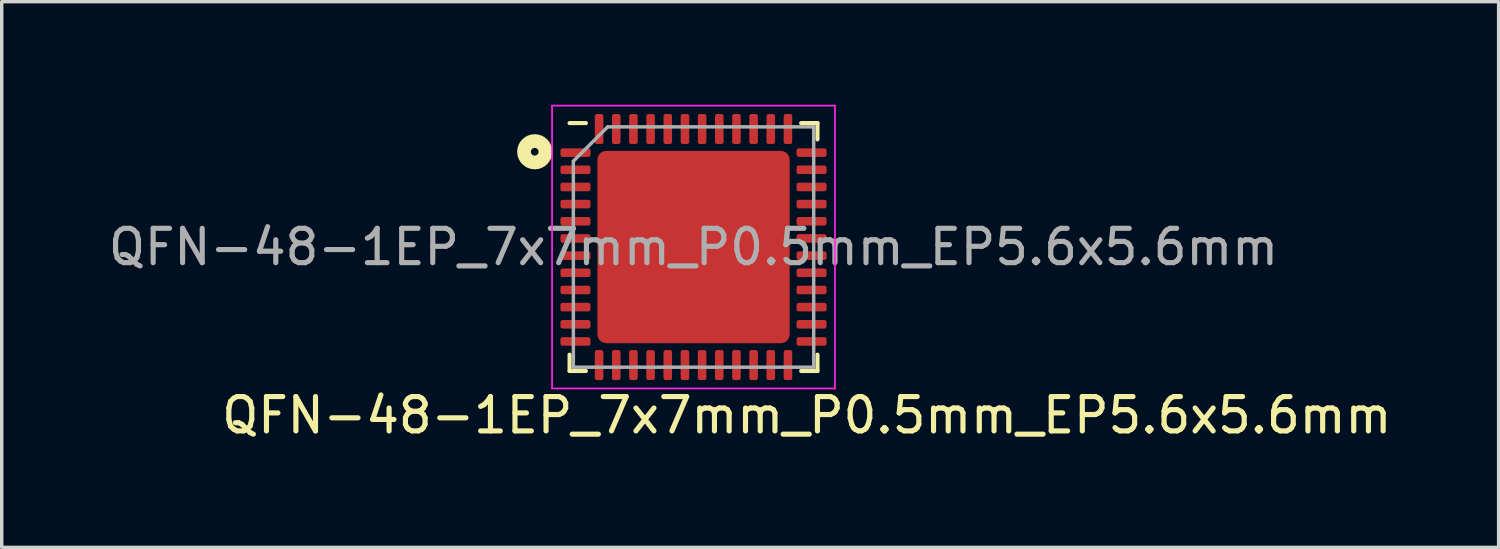
<source format=kicad_pcb>
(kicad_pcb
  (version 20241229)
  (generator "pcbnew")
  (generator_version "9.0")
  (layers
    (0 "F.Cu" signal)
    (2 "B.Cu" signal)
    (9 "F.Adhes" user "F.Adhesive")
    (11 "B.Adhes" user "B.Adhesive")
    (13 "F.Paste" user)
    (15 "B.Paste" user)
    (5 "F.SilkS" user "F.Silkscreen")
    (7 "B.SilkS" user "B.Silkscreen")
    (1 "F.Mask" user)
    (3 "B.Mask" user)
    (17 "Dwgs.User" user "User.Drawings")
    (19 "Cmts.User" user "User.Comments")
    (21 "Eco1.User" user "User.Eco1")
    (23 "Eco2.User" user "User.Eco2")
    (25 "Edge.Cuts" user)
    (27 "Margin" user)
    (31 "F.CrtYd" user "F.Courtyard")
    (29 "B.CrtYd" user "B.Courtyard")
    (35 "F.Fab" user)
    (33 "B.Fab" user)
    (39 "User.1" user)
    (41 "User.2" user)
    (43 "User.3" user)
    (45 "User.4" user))
  (footprint "QFN-48-1EP_7x7mm_P0.5mm_EP5.6x5.6mm"
    (layer "F.Cu")
    (at 17.149 4.145)
    (property "Reference" "QFN-48-1EP_7x7mm_P0.5mm_EP5.6x5.6mm" (at 3.3 4.9 0) (layer "F.SilkS") (effects (font (size 1 1) (thickness 0.15))))
    (attr smd)
    (fp_line (start -3.61 3.61) (end -3.61 3.135) (stroke (width 0.12) (type solid)) (layer "F.SilkS"))
    (fp_line (start -3.135 -3.61) (end -3.61 -3.61) (stroke (width 0.12) (type solid)) (layer "F.SilkS"))
    (fp_line (start -3.135 3.61) (end -3.61 3.61) (stroke (width 0.12) (type solid)) (layer "F.SilkS"))
    (fp_line (start 3.135 -3.61) (end 3.61 -3.61) (stroke (width 0.12) (type solid)) (layer "F.SilkS"))
    (fp_line (start 3.135 3.61) (end 3.61 3.61) (stroke (width 0.12) (type solid)) (layer "F.SilkS"))
    (fp_line (start 3.61 -3.61) (end 3.61 -3.135) (stroke (width 0.12) (type solid)) (layer "F.SilkS"))
    (fp_line (start 3.61 3.61) (end 3.61 3.135) (stroke (width 0.12) (type solid)) (layer "F.SilkS"))
    (fp_circle (center -4.625 -2.775) (end -4.513 -2.775) (stroke (width 0.4) (type solid)) (fill no) (layer "F.SilkS"))
    (fp_line (start -4.12 -4.12) (end -4.12 4.12) (stroke (width 0.05) (type solid)) (layer "F.CrtYd"))
    (fp_line (start -4.12 4.12) (end 4.12 4.12) (stroke (width 0.05) (type solid)) (layer "F.CrtYd"))
    (fp_line (start 4.12 -4.12) (end -4.12 -4.12) (stroke (width 0.05) (type solid)) (layer "F.CrtYd"))
    (fp_line (start 4.12 4.12) (end 4.12 -4.12) (stroke (width 0.05) (type solid)) (layer "F.CrtYd"))
    (fp_line (start -3.5 -2.5) (end -2.5 -3.5) (stroke (width 0.1) (type solid)) (layer "F.Fab"))
    (fp_line (start -3.5 3.5) (end -3.5 -2.5) (stroke (width 0.1) (type solid)) (layer "F.Fab"))
    (fp_line (start -2.5 -3.5) (end 3.5 -3.5) (stroke (width 0.1) (type solid)) (layer "F.Fab"))
    (fp_line (start 3.5 -3.5) (end 3.5 3.5) (stroke (width 0.1) (type solid)) (layer "F.Fab"))
    (fp_line (start 3.5 3.5) (end -3.5 3.5) (stroke (width 0.1) (type solid)) (layer "F.Fab"))
    (fp_text user "${REFERENCE}" (at 0 0 0) (layer "F.Fab") (effects (font (size 1 1) (thickness 0.15))))
    (pad "" smd roundrect (at -2.1 -2.1) (size 1.13 1.13) (layers "F.Paste") (roundrect_rratio 0.221))
    (pad "" smd roundrect (at -2.1 -0.7) (size 1.13 1.13) (layers "F.Paste") (roundrect_rratio 0.221))
    (pad "" smd roundrect (at -2.1 0.7) (size 1.13 1.13) (layers "F.Paste") (roundrect_rratio 0.221))
    (pad "" smd roundrect (at -2.1 2.1) (size 1.13 1.13) (layers "F.Paste") (roundrect_rratio 0.221))
    (pad "" smd roundrect (at -0.7 -2.1) (size 1.13 1.13) (layers "F.Paste") (roundrect_rratio 0.221))
    (pad "" smd roundrect (at -0.7 -0.7) (size 1.13 1.13) (layers "F.Paste") (roundrect_rratio 0.221))
    (pad "" smd roundrect (at -0.7 0.7) (size 1.13 1.13) (layers "F.Paste") (roundrect_rratio 0.221))
    (pad "" smd roundrect (at -0.7 2.1) (size 1.13 1.13) (layers "F.Paste") (roundrect_rratio 0.221))
    (pad "" smd roundrect (at 0.7 -2.1) (size 1.13 1.13) (layers "F.Paste") (roundrect_rratio 0.221))
    (pad "" smd roundrect (at 0.7 -0.7) (size 1.13 1.13) (layers "F.Paste") (roundrect_rratio 0.221))
    (pad "" smd roundrect (at 0.7 0.7) (size 1.13 1.13) (layers "F.Paste") (roundrect_rratio 0.221))
    (pad "" smd roundrect (at 0.7 2.1) (size 1.13 1.13) (layers "F.Paste") (roundrect_rratio 0.221))
    (pad "" smd roundrect (at 2.1 -2.1) (size 1.13 1.13) (layers "F.Paste") (roundrect_rratio 0.221))
    (pad "" smd roundrect (at 2.1 -0.7) (size 1.13 1.13) (layers "F.Paste") (roundrect_rratio 0.221))
    (pad "" smd roundrect (at 2.1 0.7) (size 1.13 1.13) (layers "F.Paste") (roundrect_rratio 0.221))
    (pad "" smd roundrect (at 2.1 2.1) (size 1.13 1.13) (layers "F.Paste") (roundrect_rratio 0.221))
    (pad "1" smd roundrect (at -3.438 -2.75) (size 0.875 0.25) (layers "F.Cu" "F.Mask" "F.Paste") (roundrect_rratio 0.25))
    (pad "2" smd roundrect (at -3.438 -2.25) (size 0.875 0.25) (layers "F.Cu" "F.Mask" "F.Paste") (roundrect_rratio 0.25))
    (pad "3" smd roundrect (at -3.438 -1.75) (size 0.875 0.25) (layers "F.Cu" "F.Mask" "F.Paste") (roundrect_rratio 0.25))
    (pad "4" smd roundrect (at -3.438 -1.25) (size 0.875 0.25) (layers "F.Cu" "F.Mask" "F.Paste") (roundrect_rratio 0.25))
    (pad "5" smd roundrect (at -3.438 -0.75) (size 0.875 0.25) (layers "F.Cu" "F.Mask" "F.Paste") (roundrect_rratio 0.25))
    (pad "6" smd roundrect (at -3.438 -0.25) (size 0.875 0.25) (layers "F.Cu" "F.Mask" "F.Paste") (roundrect_rratio 0.25))
    (pad "7" smd roundrect (at -3.438 0.25) (size 0.875 0.25) (layers "F.Cu" "F.Mask" "F.Paste") (roundrect_rratio 0.25))
    (pad "8" smd roundrect (at -3.438 0.75) (size 0.875 0.25) (layers "F.Cu" "F.Mask" "F.Paste") (roundrect_rratio 0.25))
    (pad "9" smd roundrect (at -3.438 1.25) (size 0.875 0.25) (layers "F.Cu" "F.Mask" "F.Paste") (roundrect_rratio 0.25))
    (pad "10" smd roundrect (at -3.438 1.75) (size 0.875 0.25) (layers "F.Cu" "F.Mask" "F.Paste") (roundrect_rratio 0.25))
    (pad "11" smd roundrect (at -3.438 2.25) (size 0.875 0.25) (layers "F.Cu" "F.Mask" "F.Paste") (roundrect_rratio 0.25))
    (pad "12" smd roundrect (at -3.438 2.75) (size 0.875 0.25) (layers "F.Cu" "F.Mask" "F.Paste") (roundrect_rratio 0.25))
    (pad "13" smd roundrect (at -2.75 3.438) (size 0.25 0.875) (layers "F.Cu" "F.Mask" "F.Paste") (roundrect_rratio 0.25))
    (pad "14" smd roundrect (at -2.25 3.438) (size 0.25 0.875) (layers "F.Cu" "F.Mask" "F.Paste") (roundrect_rratio 0.25))
    (pad "15" smd roundrect (at -1.75 3.438) (size 0.25 0.875) (layers "F.Cu" "F.Mask" "F.Paste") (roundrect_rratio 0.25))
    (pad "16" smd roundrect (at -1.25 3.438) (size 0.25 0.875) (layers "F.Cu" "F.Mask" "F.Paste") (roundrect_rratio 0.25))
    (pad "17" smd roundrect (at -0.75 3.438) (size 0.25 0.875) (layers "F.Cu" "F.Mask" "F.Paste") (roundrect_rratio 0.25))
    (pad "18" smd roundrect (at -0.25 3.438) (size 0.25 0.875) (layers "F.Cu" "F.Mask" "F.Paste") (roundrect_rratio 0.25))
    (pad "19" smd roundrect (at 0.25 3.438) (size 0.25 0.875) (layers "F.Cu" "F.Mask" "F.Paste") (roundrect_rratio 0.25))
    (pad "20" smd roundrect (at 0.75 3.438) (size 0.25 0.875) (layers "F.Cu" "F.Mask" "F.Paste") (roundrect_rratio 0.25))
    (pad "21" smd roundrect (at 1.25 3.438) (size 0.25 0.875) (layers "F.Cu" "F.Mask" "F.Paste") (roundrect_rratio 0.25))
    (pad "22" smd roundrect (at 1.75 3.438) (size 0.25 0.875) (layers "F.Cu" "F.Mask" "F.Paste") (roundrect_rratio 0.25))
    (pad "23" smd roundrect (at 2.25 3.438) (size 0.25 0.875) (layers "F.Cu" "F.Mask" "F.Paste") (roundrect_rratio 0.25))
    (pad "24" smd roundrect (at 2.75 3.438) (size 0.25 0.875) (layers "F.Cu" "F.Mask" "F.Paste") (roundrect_rratio 0.25))
    (pad "25" smd roundrect (at 3.438 2.75) (size 0.875 0.25) (layers "F.Cu" "F.Mask" "F.Paste") (roundrect_rratio 0.25))
    (pad "26" smd roundrect (at 3.438 2.25) (size 0.875 0.25) (layers "F.Cu" "F.Mask" "F.Paste") (roundrect_rratio 0.25))
    (pad "27" smd roundrect (at 3.438 1.75) (size 0.875 0.25) (layers "F.Cu" "F.Mask" "F.Paste") (roundrect_rratio 0.25))
    (pad "28" smd roundrect (at 3.438 1.25) (size 0.875 0.25) (layers "F.Cu" "F.Mask" "F.Paste") (roundrect_rratio 0.25))
    (pad "29" smd roundrect (at 3.438 0.75) (size 0.875 0.25) (layers "F.Cu" "F.Mask" "F.Paste") (roundrect_rratio 0.25))
    (pad "30" smd roundrect (at 3.438 0.25) (size 0.875 0.25) (layers "F.Cu" "F.Mask" "F.Paste") (roundrect_rratio 0.25))
    (pad "31" smd roundrect (at 3.438 -0.25) (size 0.875 0.25) (layers "F.Cu" "F.Mask" "F.Paste") (roundrect_rratio 0.25))
    (pad "32" smd roundrect (at 3.438 -0.75) (size 0.875 0.25) (layers "F.Cu" "F.Mask" "F.Paste") (roundrect_rratio 0.25))
    (pad "33" smd roundrect (at 3.438 -1.25) (size 0.875 0.25) (layers "F.Cu" "F.Mask" "F.Paste") (roundrect_rratio 0.25))
    (pad "34" smd roundrect (at 3.438 -1.75) (size 0.875 0.25) (layers "F.Cu" "F.Mask" "F.Paste") (roundrect_rratio 0.25))
    (pad "35" smd roundrect (at 3.438 -2.25) (size 0.875 0.25) (layers "F.Cu" "F.Mask" "F.Paste") (roundrect_rratio 0.25))
    (pad "36" smd roundrect (at 3.438 -2.75) (size 0.875 0.25) (layers "F.Cu" "F.Mask" "F.Paste") (roundrect_rratio 0.25))
    (pad "37" smd roundrect (at 2.75 -3.438) (size 0.25 0.875) (layers "F.Cu" "F.Mask" "F.Paste") (roundrect_rratio 0.25))
    (pad "38" smd roundrect (at 2.25 -3.438) (size 0.25 0.875) (layers "F.Cu" "F.Mask" "F.Paste") (roundrect_rratio 0.25))
    (pad "39" smd roundrect (at 1.75 -3.438) (size 0.25 0.875) (layers "F.Cu" "F.Mask" "F.Paste") (roundrect_rratio 0.25))
    (pad "40" smd roundrect (at 1.25 -3.438) (size 0.25 0.875) (layers "F.Cu" "F.Mask" "F.Paste") (roundrect_rratio 0.25))
    (pad "41" smd roundrect (at 0.75 -3.438) (size 0.25 0.875) (layers "F.Cu" "F.Mask" "F.Paste") (roundrect_rratio 0.25))
    (pad "42" smd roundrect (at 0.25 -3.438) (size 0.25 0.875) (layers "F.Cu" "F.Mask" "F.Paste") (roundrect_rratio 0.25))
    (pad "43" smd roundrect (at -0.25 -3.438) (size 0.25 0.875) (layers "F.Cu" "F.Mask" "F.Paste") (roundrect_rratio 0.25))
    (pad "44" smd roundrect (at -0.75 -3.438) (size 0.25 0.875) (layers "F.Cu" "F.Mask" "F.Paste") (roundrect_rratio 0.25))
    (pad "45" smd roundrect (at -1.25 -3.438) (size 0.25 0.875) (layers "F.Cu" "F.Mask" "F.Paste") (roundrect_rratio 0.25))
    (pad "46" smd roundrect (at -1.75 -3.438) (size 0.25 0.875) (layers "F.Cu" "F.Mask" "F.Paste") (roundrect_rratio 0.25))
    (pad "47" smd roundrect (at -2.25 -3.438) (size 0.25 0.875) (layers "F.Cu" "F.Mask" "F.Paste") (roundrect_rratio 0.25))
    (pad "48" smd roundrect (at -2.75 -3.438) (size 0.25 0.875) (layers "F.Cu" "F.Mask" "F.Paste") (roundrect_rratio 0.25))
    (pad "49" smd roundrect (at 0 0) (size 5.6 5.6) (layers "F.Cu" "F.Mask") (roundrect_rratio 0.045)))
  (gr_rect
    (start -3 -3)
    (end 40.598 12.893)
    (stroke (width 0.1) (type default))
    (fill no)
    (layer "Edge.Cuts")))
</source>
